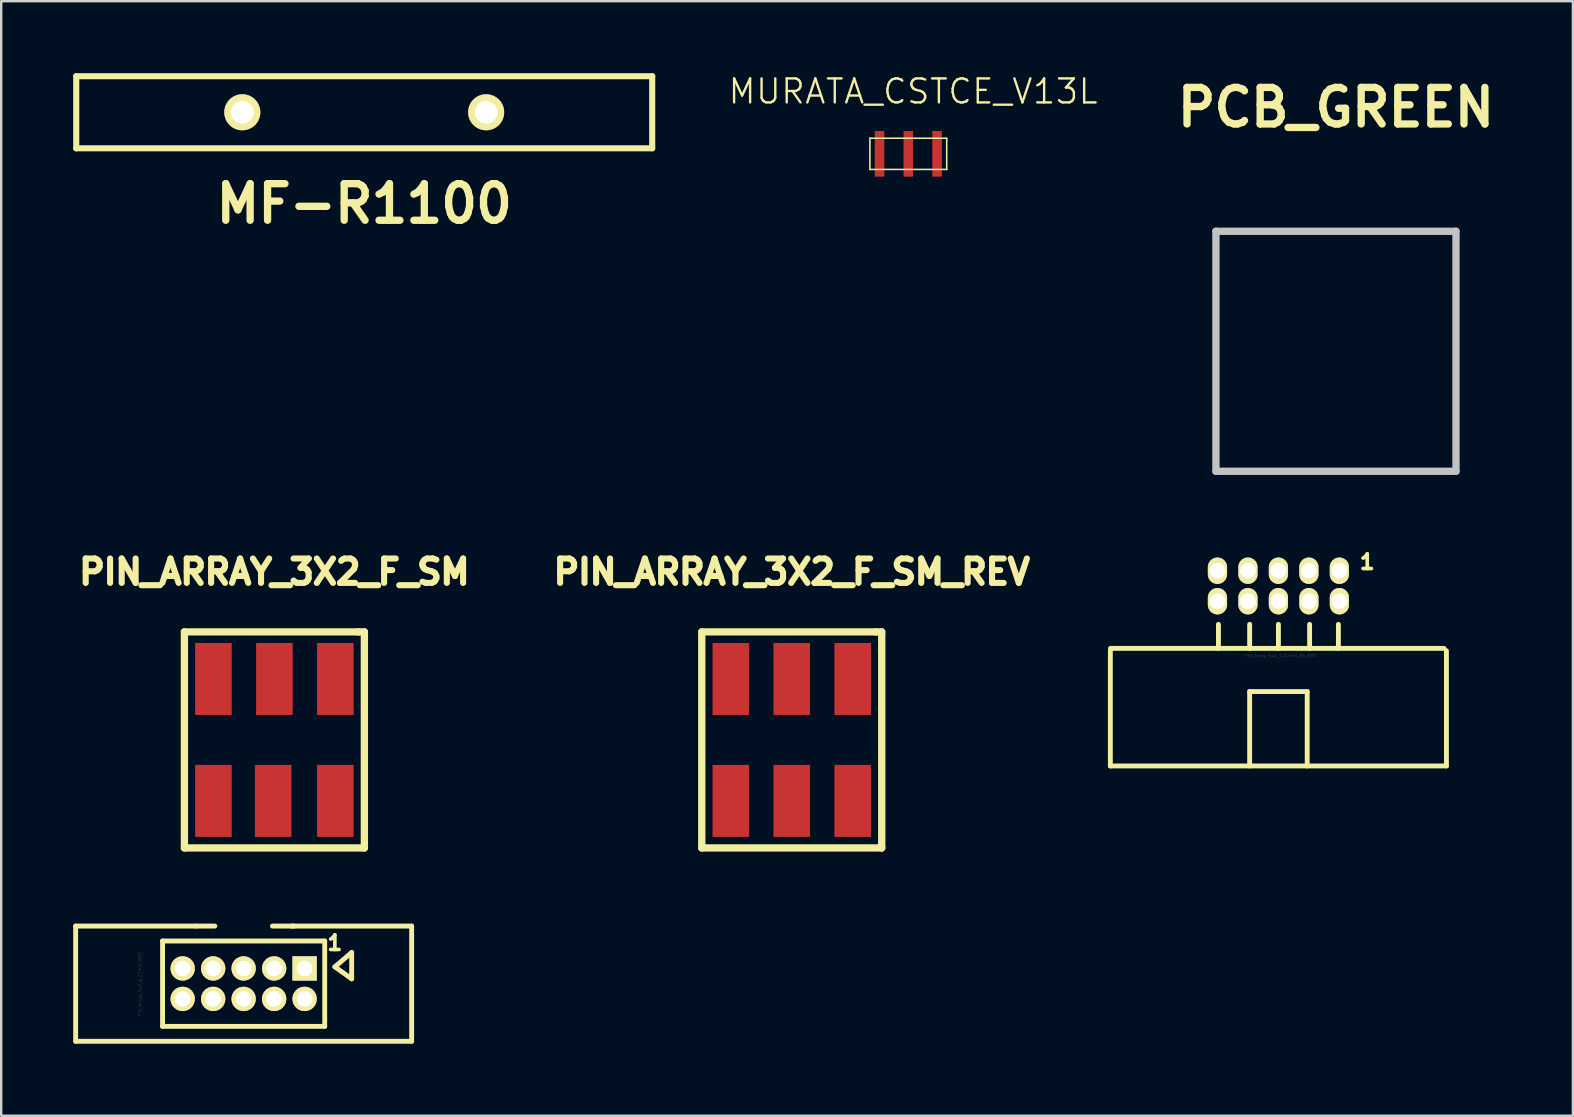
<source format=kicad_pcb>
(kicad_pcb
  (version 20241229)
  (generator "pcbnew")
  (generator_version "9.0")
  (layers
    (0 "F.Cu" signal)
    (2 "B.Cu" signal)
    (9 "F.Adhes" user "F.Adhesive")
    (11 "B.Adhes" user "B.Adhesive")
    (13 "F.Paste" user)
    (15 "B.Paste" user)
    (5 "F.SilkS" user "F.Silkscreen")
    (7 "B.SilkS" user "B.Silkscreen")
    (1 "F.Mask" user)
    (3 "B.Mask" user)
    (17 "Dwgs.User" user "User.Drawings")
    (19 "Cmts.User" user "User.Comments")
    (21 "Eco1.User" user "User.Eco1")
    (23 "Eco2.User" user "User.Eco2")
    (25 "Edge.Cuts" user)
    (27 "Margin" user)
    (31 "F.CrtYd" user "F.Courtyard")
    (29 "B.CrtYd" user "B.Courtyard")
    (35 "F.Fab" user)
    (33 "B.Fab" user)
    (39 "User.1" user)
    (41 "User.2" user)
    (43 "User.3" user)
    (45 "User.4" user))
  (footprint "PIN_ARRAY_3X2_F_SM"
    (layer "F.Cu")
    (at 8.383 27.78)
    (property "Reference" "PIN_ARRAY_3X2_F_SM" (at 0 -7 0) (layer "F.SilkS") (effects (font (size 1.016 1.016) (thickness 0.254))))
    (attr through_hole)
    (fp_line (start -3.749 -4.501) (end 3.5 -4.501) (stroke (width 0.305) (type solid)) (layer "F.SilkS"))
    (fp_line (start -3.749 4.501) (end -3.749 -4.501) (stroke (width 0.305) (type solid)) (layer "F.SilkS"))
    (fp_line (start 3.5 -4.501) (end 3.749 -4.501) (stroke (width 0.305) (type solid)) (layer "F.SilkS"))
    (fp_line (start 3.749 -4.501) (end 3.749 4.501) (stroke (width 0.305) (type solid)) (layer "F.SilkS"))
    (fp_line (start 3.749 4.501) (end -3.749 4.501) (stroke (width 0.305) (type solid)) (layer "F.SilkS"))
    (pad "1" smd rect (at -2.54 2.54) (size 1.524 3) (layers "F.Cu" "F.Mask" "F.Paste"))
    (pad "2" smd rect (at -2.54 -2.54) (size 1.524 3) (layers "F.Cu" "F.Mask" "F.Paste"))
    (pad "3" smd rect (at -0.051 2.54) (size 1.524 3) (layers "F.Cu" "F.Mask" "F.Paste"))
    (pad "4" smd rect (at 0 -2.54) (size 1.524 3) (layers "F.Cu" "F.Mask" "F.Paste"))
    (pad "5" smd rect (at 2.54 2.54) (size 1.524 3) (layers "F.Cu" "F.Mask" "F.Paste"))
    (pad "6" smd rect (at 2.54 -2.54) (size 1.524 3) (layers "F.Cu" "F.Mask" "F.Paste")))
  (footprint "MF-R1100"
    (layer "F.Cu")
    (at 12.126 1.628)
    (property "Reference" "MF-R1100" (at 0 3.81 0) (layer "F.SilkS") (effects (font (size 1.524 1.524) (thickness 0.305))))
    (attr through_hole)
    (fp_line (start -11.999 1.501) (end -11.999 -1.501) (stroke (width 0.254) (type solid)) (layer "F.SilkS"))
    (fp_line (start -11.999 1.501) (end 11.999 1.501) (stroke (width 0.254) (type solid)) (layer "F.SilkS"))
    (fp_line (start 11.999 -1.501) (end -11.999 -1.501) (stroke (width 0.254) (type solid)) (layer "F.SilkS"))
    (fp_line (start 11.999 -1.501) (end 11.999 1.501) (stroke (width 0.254) (type solid)) (layer "F.SilkS"))
    (pad "1" thru_hole circle (at -5.08 0 90) (size 1.501 1.501) (drill 0.95) (layers "*.Cu" "*.Mask" "F.SilkS"))
    (pad "2" thru_hole circle (at 5.08 0 90) (size 1.501 1.501) (drill 0.95) (layers "*.Cu" "*.Mask" "F.SilkS")))
  (footprint "Pin_Array_5x2_1.27mm_RMC"
    (layer "F.Cu")
    (at 7.102 37.936)
    (property "Reference" "Pin_Array_5x2_1.27mm_RMC" (at -4.318 0 90) (layer "F.SilkS") (effects (font (size 0.127 0.127) (thickness 0.003))))
    (attr through_hole)
    (fp_line (start -7 -2.4) (end -7 2.4) (stroke (width 0.203) (type solid)) (layer "F.SilkS"))
    (fp_line (start -7 -2.4) (end -1.999 -2.4) (stroke (width 0.203) (type solid)) (layer "F.SilkS"))
    (fp_line (start -3.378 -1.778) (end 3.378 -1.778) (stroke (width 0.203) (type solid)) (layer "F.SilkS"))
    (fp_line (start -3.378 1.778) (end -3.378 -1.778) (stroke (width 0.203) (type solid)) (layer "F.SilkS"))
    (fp_line (start -3.378 1.778) (end 3.378 1.778) (stroke (width 0.203) (type solid)) (layer "F.SilkS"))
    (fp_line (start -1.199 -2.4) (end -1.999 -2.4) (stroke (width 0.203) (type solid)) (layer "F.SilkS"))
    (fp_line (start 1.199 -2.4) (end 2.101 -2.4) (stroke (width 0.203) (type solid)) (layer "F.SilkS"))
    (fp_line (start 1.999 -2.4) (end 7 -2.4) (stroke (width 0.203) (type solid)) (layer "F.SilkS"))
    (fp_line (start 3.378 -1.778) (end 3.378 1.778) (stroke (width 0.203) (type solid)) (layer "F.SilkS"))
    (fp_line (start 3.8 -0.701) (end 4.501 -1.3) (stroke (width 0.203) (type solid)) (layer "F.SilkS"))
    (fp_line (start 4.501 -1.3) (end 4.501 -0.201) (stroke (width 0.203) (type solid)) (layer "F.SilkS"))
    (fp_line (start 4.501 -0.201) (end 3.8 -0.701) (stroke (width 0.203) (type solid)) (layer "F.SilkS"))
    (fp_line (start 7 -2.4) (end 7 2.4) (stroke (width 0.203) (type solid)) (layer "F.SilkS"))
    (fp_line (start 7 2.4) (end -7 2.4) (stroke (width 0.203) (type solid)) (layer "F.SilkS"))
    (fp_text user "1" (at 3.8 -1.699 0) (layer "F.SilkS") (effects (font (size 0.61 0.61) (thickness 0.152))))
    (pad "1" thru_hole rect (at 2.54 -0.635) (size 1.016 1.016) (drill 0.65) (layers "*.Cu" "*.Mask" "F.SilkS"))
    (pad "2" thru_hole circle (at 2.54 0.635) (size 1.016 1.016) (drill 0.65) (layers "*.Cu" "*.Mask" "F.SilkS"))
    (pad "3" thru_hole circle (at 1.27 -0.635) (size 1.016 1.016) (drill 0.65) (layers "*.Cu" "*.Mask" "F.SilkS"))
    (pad "4" thru_hole circle (at 1.27 0.635) (size 1.016 1.016) (drill 0.65) (layers "*.Cu" "*.Mask" "F.SilkS"))
    (pad "5" thru_hole circle (at 0 -0.635) (size 1.016 1.016) (drill 0.65) (layers "*.Cu" "*.Mask" "F.SilkS"))
    (pad "6" thru_hole circle (at 0 0.635) (size 1.016 1.016) (drill 0.65) (layers "*.Cu" "*.Mask" "F.SilkS"))
    (pad "7" thru_hole circle (at -1.27 -0.635) (size 1.016 1.016) (drill 0.65) (layers "*.Cu" "*.Mask" "F.SilkS"))
    (pad "8" thru_hole circle (at -1.27 0.635) (size 1.016 1.016) (drill 0.65) (layers "*.Cu" "*.Mask" "F.SilkS"))
    (pad "9" thru_hole circle (at -2.54 -0.635) (size 1.016 1.016) (drill 0.65) (layers "*.Cu" "*.Mask" "F.SilkS"))
    (pad "10" thru_hole circle (at -2.54 0.635) (size 1.016 1.016) (drill 0.65) (layers "*.Cu" "*.Mask" "F.SilkS")))
  (footprint "PCB_GREEN"
    (layer "F.Cu")
    (at 52.614 11.586)
    (property "Reference" "PCB_GREEN" (at 0 -10.16 0) (layer "F.SilkS") (effects (font (size 1.524 1.524) (thickness 0.305))))
    (attr through_hole)
    (fp_line (start -5.001 -5.001) (end 5.001 -5.001) (stroke (width 0.305) (type solid)) (layer "Dwgs.User"))
    (fp_line (start -5.001 5.001) (end -5.001 -5.001) (stroke (width 0.305) (type solid)) (layer "Dwgs.User"))
    (fp_line (start 5.001 -5.001) (end 5.001 5.001) (stroke (width 0.305) (type solid)) (layer "Dwgs.User"))
    (fp_line (start 5.001 5.001) (end -5.001 5.001) (stroke (width 0.305) (type solid)) (layer "Dwgs.User")))
  (footprint "PIN_ARRAY_3X2_F_SM_REV"
    (layer "F.Cu")
    (at 29.94 27.78)
    (property "Reference" "PIN_ARRAY_3X2_F_SM_REV" (at 0 -7 0) (layer "F.SilkS") (effects (font (size 1.016 1.016) (thickness 0.254))))
    (attr through_hole)
    (fp_line (start -3.749 -4.501) (end 3.5 -4.501) (stroke (width 0.305) (type solid)) (layer "F.SilkS"))
    (fp_line (start -3.749 4.501) (end -3.749 -4.501) (stroke (width 0.305) (type solid)) (layer "F.SilkS"))
    (fp_line (start 3.5 -4.501) (end 3.749 -4.501) (stroke (width 0.305) (type solid)) (layer "F.SilkS"))
    (fp_line (start 3.749 -4.501) (end 3.749 4.501) (stroke (width 0.305) (type solid)) (layer "F.SilkS"))
    (fp_line (start 3.749 4.501) (end -3.749 4.501) (stroke (width 0.305) (type solid)) (layer "F.SilkS"))
    (pad "1" smd rect (at -2.54 -2.54) (size 1.524 3) (layers "F.Cu" "F.Mask" "F.Paste"))
    (pad "2" smd rect (at -2.54 2.54) (size 1.524 3) (layers "F.Cu" "F.Mask" "F.Paste"))
    (pad "3" smd rect (at 0 -2.54) (size 1.524 3) (layers "F.Cu" "F.Mask" "F.Paste"))
    (pad "4" smd rect (at 0 2.54) (size 1.524 3) (layers "F.Cu" "F.Mask" "F.Paste"))
    (pad "5" smd rect (at 2.54 -2.54) (size 1.524 3) (layers "F.Cu" "F.Mask" "F.Paste"))
    (pad "6" smd rect (at 2.54 2.54) (size 1.524 3) (layers "F.Cu" "F.Mask" "F.Paste")))
  (footprint "Pin_Array_5x2_1.27mm_RA_RMC"
    (layer "F.Cu")
    (at 50.217 21.365)
    (property "Reference" "Pin_Array_5x2_1.27mm_RA_RMC" (at 0.099 2.901 0) (layer "F.SilkS") (effects (font (size 0.127 0.127) (thickness 0.003))))
    (attr through_hole)
    (fp_line (start -7.003 2.7) (end -7.003 7.501) (stroke (width 0.203) (type solid)) (layer "F.SilkS"))
    (fp_line (start -7 2.601) (end 6.901 2.601) (stroke (width 0.203) (type solid)) (layer "F.SilkS"))
    (fp_line (start -2.499 1.6) (end -2.499 2.601) (stroke (width 0.203) (type solid)) (layer "F.SilkS"))
    (fp_line (start -1.199 1.6) (end -1.199 2.601) (stroke (width 0.203) (type solid)) (layer "F.SilkS"))
    (fp_line (start -1.199 4.399) (end 1.199 4.399) (stroke (width 0.203) (type solid)) (layer "F.SilkS"))
    (fp_line (start -1.199 7.501) (end -1.199 4.399) (stroke (width 0.203) (type solid)) (layer "F.SilkS"))
    (fp_line (start 0 2.601) (end 0 1.6) (stroke (width 0.203) (type solid)) (layer "F.SilkS"))
    (fp_line (start 1.199 4.399) (end 1.199 7.501) (stroke (width 0.203) (type solid)) (layer "F.SilkS"))
    (fp_line (start 1.3 2.601) (end 1.3 1.6) (stroke (width 0.203) (type solid)) (layer "F.SilkS"))
    (fp_line (start 2.499 1.6) (end 2.499 2.601) (stroke (width 0.203) (type solid)) (layer "F.SilkS"))
    (fp_line (start 6.998 7.501) (end -7.003 7.501) (stroke (width 0.203) (type solid)) (layer "F.SilkS"))
    (fp_line (start 7 2.697) (end 7 7.498) (stroke (width 0.203) (type solid)) (layer "F.SilkS"))
    (fp_text user "1" (at 3.701 -1.001 0) (layer "F.SilkS") (effects (font (size 0.61 0.61) (thickness 0.152))))
    (pad "1" thru_hole oval (at 2.54 -0.635) (size 0.8 1.1) (drill 0.65) (layers "*.Cu" "*.Mask" "F.SilkS"))
    (pad "2" thru_hole oval (at 2.54 0.635) (size 0.8 1.1) (drill 0.65) (layers "*.Cu" "*.Mask" "F.SilkS"))
    (pad "3" thru_hole oval (at 1.27 -0.635) (size 0.8 1.1) (drill 0.65) (layers "*.Cu" "*.Mask" "F.SilkS"))
    (pad "4" thru_hole oval (at 1.27 0.635) (size 0.8 1.1) (drill 0.65) (layers "*.Cu" "*.Mask" "F.SilkS"))
    (pad "5" thru_hole oval (at 0 -0.635) (size 0.8 1.1) (drill 0.65) (layers "*.Cu" "*.Mask" "F.SilkS"))
    (pad "6" thru_hole oval (at 0 0.635) (size 0.8 1.1) (drill 0.65) (layers "*.Cu" "*.Mask" "F.SilkS"))
    (pad "7" thru_hole oval (at -1.27 -0.635) (size 0.8 1.1) (drill 0.65) (layers "*.Cu" "*.Mask" "F.SilkS"))
    (pad "8" thru_hole oval (at -1.27 0.635) (size 0.8 1.1) (drill 0.65) (layers "*.Cu" "*.Mask" "F.SilkS"))
    (pad "9" thru_hole oval (at -2.54 -0.635) (size 0.8 1.1) (drill 0.65) (layers "*.Cu" "*.Mask" "F.SilkS"))
    (pad "10" thru_hole oval (at -2.54 0.635) (size 0.8 1.1) (drill 0.65) (layers "*.Cu" "*.Mask" "F.SilkS")))
  (footprint "MURATA_CSTCE_V13L"
    (layer "F.Cu")
    (at 34.796 3.36)
    (property "Reference" "MURATA_CSTCE_V13L" (at 0.201 -2.601 0) (layer "F.SilkS") (effects (font (size 1.001 1.001) (thickness 0.099))))
    (attr through_hole)
    (fp_line (start -1.6 -0.65) (end 1.6 -0.65) (stroke (width 0.064) (type solid)) (layer "F.SilkS"))
    (fp_line (start -1.6 0.65) (end -1.6 -0.65) (stroke (width 0.064) (type solid)) (layer "F.SilkS"))
    (fp_line (start 1.6 -0.65) (end 1.6 0.65) (stroke (width 0.064) (type solid)) (layer "F.SilkS"))
    (fp_line (start 1.6 0.65) (end -1.6 0.65) (stroke (width 0.064) (type solid)) (layer "F.SilkS"))
    (pad "1" smd rect (at -1.199 0 90) (size 1.9 0.399) (layers "F.Cu" "F.Mask" "F.Paste"))
    (pad "2" smd rect (at 0 0 90) (size 1.9 0.399) (layers "F.Cu" "F.Mask" "F.Paste"))
    (pad "3" smd rect (at 1.199 0 90) (size 1.9 0.399) (layers "F.Cu" "F.Mask" "F.Paste")))
  (gr_rect
    (start -3 -3)
    (end 62.487 43.438)
    (stroke (width 0.1) (type default))
    (fill no)
    (layer "Edge.Cuts")))
</source>
